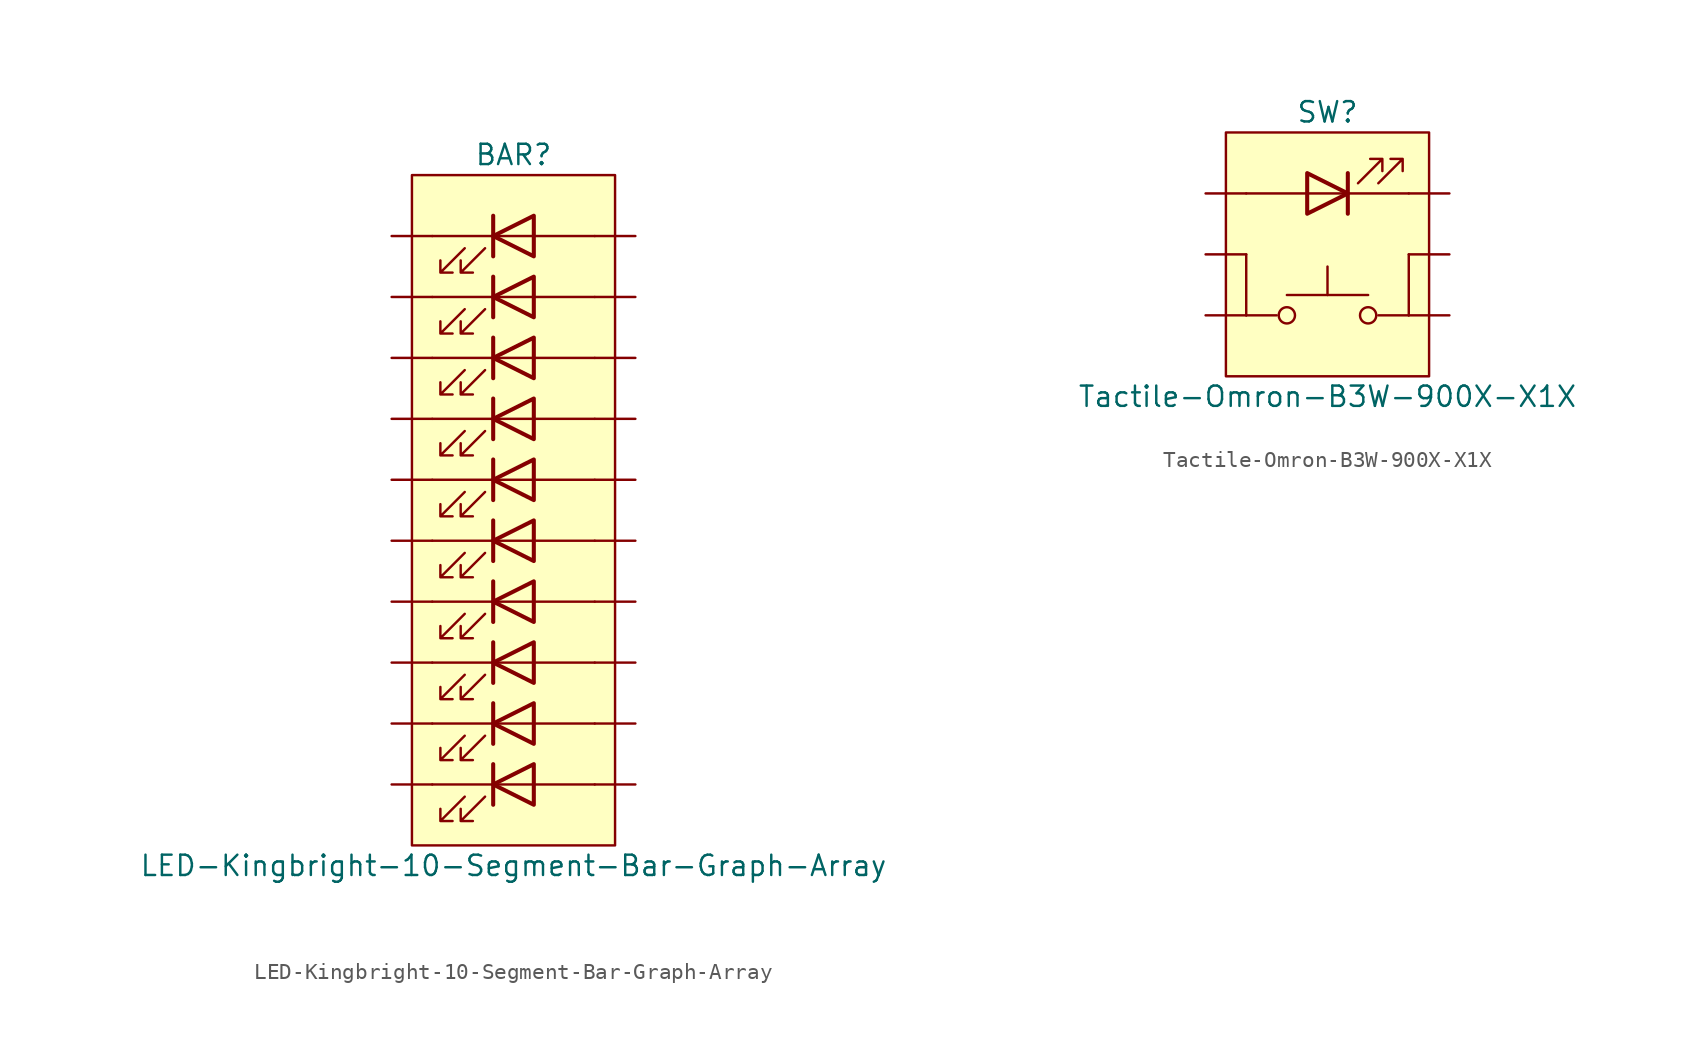
<source format=kicad_sym>
(kicad_symbol_lib
  (version 20220914)
  (generator kicad_symbol_editor)
  (symbol "LED-Kingbright-10-Segment-Bar-Graph-Array"
    (pin_numbers hide)
    (pin_names
      (offset 1.016) hide)
    (property "Reference" "BAR"
      (at 0 24.13 0)
      (effects (font (size 1.27 1.27))))
    (property "Value" "LED-Kingbright-10-Segment-Bar-Graph-Array"
      (at 0 -20.32 0)
      (effects (font (size 1.27 1.27))))
    (symbol "LED-Kingbright-10-Segment-Bar-Graph-Array_0_1"
      (polyline (pts (xy -5.08 -15.24) (xy 5.08 -15.24)) (stroke (width 0) (type default)) (fill (type none)))
      (polyline (pts (xy -5.08 -11.43) (xy 5.08 -11.43)) (stroke (width 0) (type default)) (fill (type none)))
      (polyline (pts (xy -5.08 -7.62) (xy 5.08 -7.62)) (stroke (width 0) (type default)) (fill (type none)))
      (polyline (pts (xy -5.08 -3.81) (xy 5.08 -3.81)) (stroke (width 0) (type default)) (fill (type none)))
      (polyline (pts (xy -5.08 0) (xy 5.08 0)) (stroke (width 0) (type default)) (fill (type none)))
      (polyline (pts (xy -5.08 3.81) (xy 5.08 3.81)) (stroke (width 0) (type default)) (fill (type none)))
      (polyline (pts (xy -5.08 7.62) (xy 5.08 7.62)) (stroke (width 0) (type default)) (fill (type none)))
      (polyline (pts (xy -5.08 11.43) (xy 5.08 11.43)) (stroke (width 0) (type default)) (fill (type none)))
      (polyline (pts (xy -5.08 15.24) (xy 5.08 15.24)) (stroke (width 0) (type default)) (fill (type none)))
      (polyline (pts (xy -5.08 19.05) (xy 5.08 19.05)) (stroke (width 0) (type default)) (fill (type none)))
      (polyline (pts (xy -1.27 -16.51) (xy -1.27 -13.97)) (stroke (width 0.254) (type default)) (fill (type none)))
      (polyline (pts (xy -1.27 -12.7) (xy -1.27 -10.16)) (stroke (width 0.254) (type default)) (fill (type none)))
      (polyline (pts (xy -1.27 -8.89) (xy -1.27 -6.35)) (stroke (width 0.254) (type default)) (fill (type none)))
      (polyline (pts (xy -1.27 -5.08) (xy -1.27 -2.54)) (stroke (width 0.254) (type default)) (fill (type none)))
      (polyline (pts (xy -1.27 -1.27) (xy -1.27 1.27)) (stroke (width 0.254) (type default)) (fill (type none)))
      (polyline (pts (xy -1.27 2.54) (xy -1.27 5.08)) (stroke (width 0.254) (type default)) (fill (type none)))
      (polyline (pts (xy -1.27 6.35) (xy -1.27 8.89)) (stroke (width 0.254) (type default)) (fill (type none)))
      (polyline (pts (xy -1.27 10.16) (xy -1.27 12.7)) (stroke (width 0.254) (type default)) (fill (type none)))
      (polyline (pts (xy -1.27 13.97) (xy -1.27 16.51)) (stroke (width 0.254) (type default)) (fill (type none)))
      (polyline (pts (xy -1.27 17.78) (xy -1.27 20.32)) (stroke (width 0.254) (type default)) (fill (type none)))
      (polyline (pts (xy 1.27 -16.51) (xy 1.27 -13.97) (xy -1.27 -15.24) (xy 1.27 -16.51)) (stroke (width 0.254) (type default)) (fill (type none)))
      (polyline (pts (xy 1.27 -12.7) (xy 1.27 -10.16) (xy -1.27 -11.43) (xy 1.27 -12.7)) (stroke (width 0.254) (type default)) (fill (type none)))
      (polyline (pts (xy 1.27 -8.89) (xy 1.27 -6.35) (xy -1.27 -7.62) (xy 1.27 -8.89)) (stroke (width 0.254) (type default)) (fill (type none)))
      (polyline (pts (xy 1.27 -5.08) (xy 1.27 -2.54) (xy -1.27 -3.81) (xy 1.27 -5.08)) (stroke (width 0.254) (type default)) (fill (type none)))
      (polyline (pts (xy 1.27 -1.27) (xy 1.27 1.27) (xy -1.27 0) (xy 1.27 -1.27)) (stroke (width 0.254) (type default)) (fill (type none)))
      (polyline (pts (xy 1.27 2.54) (xy 1.27 5.08) (xy -1.27 3.81) (xy 1.27 2.54)) (stroke (width 0.254) (type default)) (fill (type none)))
      (polyline (pts (xy 1.27 6.35) (xy 1.27 8.89) (xy -1.27 7.62) (xy 1.27 6.35)) (stroke (width 0.254) (type default)) (fill (type none)))
      (polyline (pts (xy 1.27 10.16) (xy 1.27 12.7) (xy -1.27 11.43) (xy 1.27 10.16)) (stroke (width 0.254) (type default)) (fill (type none)))
      (polyline (pts (xy 1.27 13.97) (xy 1.27 16.51) (xy -1.27 15.24) (xy 1.27 13.97)) (stroke (width 0.254) (type default)) (fill (type none)))
      (polyline (pts (xy 1.27 17.78) (xy 1.27 20.32) (xy -1.27 19.05) (xy 1.27 17.78)) (stroke (width 0.254) (type default)) (fill (type none)))
      (polyline (pts (xy -3.048 -16.002) (xy -4.572 -17.526) (xy -3.81 -17.526) (xy -4.572 -17.526) (xy -4.572 -16.764)) (stroke (width 0) (type default)) (fill (type none)))
      (polyline (pts (xy -3.048 -12.192) (xy -4.572 -13.716) (xy -3.81 -13.716) (xy -4.572 -13.716) (xy -4.572 -12.954)) (stroke (width 0) (type default)) (fill (type none)))
      (polyline (pts (xy -3.048 -8.382) (xy -4.572 -9.906) (xy -3.81 -9.906) (xy -4.572 -9.906) (xy -4.572 -9.144)) (stroke (width 0) (type default)) (fill (type none)))
      (polyline (pts (xy -3.048 -4.572) (xy -4.572 -6.096) (xy -3.81 -6.096) (xy -4.572 -6.096) (xy -4.572 -5.334)) (stroke (width 0) (type default)) (fill (type none)))
      (polyline (pts (xy -3.048 -0.762) (xy -4.572 -2.286) (xy -3.81 -2.286) (xy -4.572 -2.286) (xy -4.572 -1.524)) (stroke (width 0) (type default)) (fill (type none)))
      (polyline (pts (xy -3.048 3.048) (xy -4.572 1.524) (xy -3.81 1.524) (xy -4.572 1.524) (xy -4.572 2.286)) (stroke (width 0) (type default)) (fill (type none)))
      (polyline (pts (xy -3.048 6.858) (xy -4.572 5.334) (xy -3.81 5.334) (xy -4.572 5.334) (xy -4.572 6.096)) (stroke (width 0) (type default)) (fill (type none)))
      (polyline (pts (xy -3.048 10.668) (xy -4.572 9.144) (xy -3.81 9.144) (xy -4.572 9.144) (xy -4.572 9.906)) (stroke (width 0) (type default)) (fill (type none)))
      (polyline (pts (xy -3.048 14.478) (xy -4.572 12.954) (xy -3.81 12.954) (xy -4.572 12.954) (xy -4.572 13.716)) (stroke (width 0) (type default)) (fill (type none)))
      (polyline (pts (xy -3.048 18.288) (xy -4.572 16.764) (xy -3.81 16.764) (xy -4.572 16.764) (xy -4.572 17.526)) (stroke (width 0) (type default)) (fill (type none)))
      (polyline (pts (xy -1.778 -16.002) (xy -3.302 -17.526) (xy -2.54 -17.526) (xy -3.302 -17.526) (xy -3.302 -16.764)) (stroke (width 0) (type default)) (fill (type none)))
      (polyline (pts (xy -1.778 -12.192) (xy -3.302 -13.716) (xy -2.54 -13.716) (xy -3.302 -13.716) (xy -3.302 -12.954)) (stroke (width 0) (type default)) (fill (type none)))
      (polyline (pts (xy -1.778 -8.382) (xy -3.302 -9.906) (xy -2.54 -9.906) (xy -3.302 -9.906) (xy -3.302 -9.144)) (stroke (width 0) (type default)) (fill (type none)))
      (polyline (pts (xy -1.778 -4.572) (xy -3.302 -6.096) (xy -2.54 -6.096) (xy -3.302 -6.096) (xy -3.302 -5.334)) (stroke (width 0) (type default)) (fill (type none)))
      (polyline (pts (xy -1.778 -0.762) (xy -3.302 -2.286) (xy -2.54 -2.286) (xy -3.302 -2.286) (xy -3.302 -1.524)) (stroke (width 0) (type default)) (fill (type none)))
      (polyline (pts (xy -1.778 3.048) (xy -3.302 1.524) (xy -2.54 1.524) (xy -3.302 1.524) (xy -3.302 2.286)) (stroke (width 0) (type default)) (fill (type none)))
      (polyline (pts (xy -1.778 6.858) (xy -3.302 5.334) (xy -2.54 5.334) (xy -3.302 5.334) (xy -3.302 6.096)) (stroke (width 0) (type default)) (fill (type none)))
      (polyline (pts (xy -1.778 10.668) (xy -3.302 9.144) (xy -2.54 9.144) (xy -3.302 9.144) (xy -3.302 9.906)) (stroke (width 0) (type default)) (fill (type none)))
      (polyline (pts (xy -1.778 14.478) (xy -3.302 12.954) (xy -2.54 12.954) (xy -3.302 12.954) (xy -3.302 13.716)) (stroke (width 0) (type default)) (fill (type none)))
      (polyline (pts (xy -1.778 18.288) (xy -3.302 16.764) (xy -2.54 16.764) (xy -3.302 16.764) (xy -3.302 17.526)) (stroke (width 0) (type default)) (fill (type none))))
    (symbol "LED-Kingbright-10-Segment-Bar-Graph-Array_1_1"
      (rectangle (start -6.35 22.86) (end 6.35 -19.05) (stroke (width 0) (type default)) (fill (type background)))
      (pin passive line (at 7.62 -15.24 180) (length 2.54) (name "A1" (effects (font (size 1.27 1.27)))) (number "1" (effects (font (size 1.27 1.27)))))
      (pin passive line (at 7.62 19.05 180) (length 2.54) (name "A10" (effects (font (size 1.27 1.27)))) (number "10" (effects (font (size 1.27 1.27)))))
      (pin passive line (at -7.62 19.05 0) (length 2.54) (name "K11" (effects (font (size 1.27 1.27)))) (number "11" (effects (font (size 1.27 1.27)))))
      (pin passive line (at -7.62 15.24 0) (length 2.54) (name "K12" (effects (font (size 1.27 1.27)))) (number "12" (effects (font (size 1.27 1.27)))))
      (pin passive line (at -7.62 11.43 0) (length 2.54) (name "K13" (effects (font (size 1.27 1.27)))) (number "13" (effects (font (size 1.27 1.27)))))
      (pin passive line (at -7.62 7.62 0) (length 2.54) (name "K14" (effects (font (size 1.27 1.27)))) (number "14" (effects (font (size 1.27 1.27)))))
      (pin passive line (at -7.62 3.81 0) (length 2.54) (name "K15" (effects (font (size 1.27 1.27)))) (number "15" (effects (font (size 1.27 1.27)))))
      (pin passive line (at -7.62 0 0) (length 2.54) (name "K16" (effects (font (size 1.27 1.27)))) (number "16" (effects (font (size 1.27 1.27)))))
      (pin passive line (at -7.62 -3.81 0) (length 2.54) (name "K17" (effects (font (size 1.27 1.27)))) (number "17" (effects (font (size 1.27 1.27)))))
      (pin passive line (at -7.62 -7.62 0) (length 2.54) (name "K18" (effects (font (size 1.27 1.27)))) (number "18" (effects (font (size 1.27 1.27)))))
      (pin passive line (at -7.62 -11.43 0) (length 2.54) (name "K19" (effects (font (size 1.27 1.27)))) (number "19" (effects (font (size 1.27 1.27)))))
      (pin passive line (at 7.62 -11.43 180) (length 2.54) (name "A2" (effects (font (size 1.27 1.27)))) (number "2" (effects (font (size 1.27 1.27)))))
      (pin passive line (at -7.62 -15.24 0) (length 2.54) (name "K20" (effects (font (size 1.27 1.27)))) (number "20" (effects (font (size 1.27 1.27)))))
      (pin passive line (at 7.62 -7.62 180) (length 2.54) (name "A3" (effects (font (size 1.27 1.27)))) (number "3" (effects (font (size 1.27 1.27)))))
      (pin passive line (at 7.62 -3.81 180) (length 2.54) (name "A4" (effects (font (size 1.27 1.27)))) (number "4" (effects (font (size 1.27 1.27)))))
      (pin passive line (at 7.62 0 180) (length 2.54) (name "A5" (effects (font (size 1.27 1.27)))) (number "5" (effects (font (size 1.27 1.27)))))
      (pin passive line (at 7.62 3.81 180) (length 2.54) (name "A6" (effects (font (size 1.27 1.27)))) (number "6" (effects (font (size 1.27 1.27)))))
      (pin passive line (at 7.62 7.62 180) (length 2.54) (name "A7" (effects (font (size 1.27 1.27)))) (number "7" (effects (font (size 1.27 1.27)))))
      (pin passive line (at 7.62 11.43 180) (length 2.54) (name "A8" (effects (font (size 1.27 1.27)))) (number "8" (effects (font (size 1.27 1.27)))))
      (pin passive line (at 7.62 15.24 180) (length 2.54) (name "A9" (effects (font (size 1.27 1.27)))) (number "9" (effects (font (size 1.27 1.27)))))))
  (symbol "Tactile-Omron-B3W-900X-X1X"
    (pin_numbers hide)
    (pin_names
      (offset 1.016) hide)
    (property "Reference" "SW"
      (at 0 8.89 0)
      (effects (font (size 1.27 1.27))))
    (property "Value" "Tactile-Omron-B3W-900X-X1X"
      (at 0 -8.89 0)
      (effects (font (size 1.27 1.27))))
    (symbol "Tactile-Omron-B3W-900X-X1X_0_1"
      (circle (center -2.54 -3.81) (radius 0.508) (stroke (width 0) (type default)) (fill (type none)))
      (polyline (pts (xy -5.08 -3.81) (xy -3.175 -3.81)) (stroke (width 0) (type default)) (fill (type none)))
      (polyline (pts (xy -5.08 0) (xy -5.08 -3.81)) (stroke (width 0) (type default)) (fill (type none)))
      (polyline (pts (xy -5.08 3.81) (xy 5.08 3.81)) (stroke (width 0) (type default)) (fill (type none)))
      (polyline (pts (xy 0 -2.54) (xy 0 -0.762)) (stroke (width 0) (type default)) (fill (type none)))
      (polyline (pts (xy 1.27 2.54) (xy 1.27 5.08)) (stroke (width 0.254) (type default)) (fill (type none)))
      (polyline (pts (xy 2.54 -2.54) (xy -2.54 -2.54)) (stroke (width 0) (type default)) (fill (type none)))
      (polyline (pts (xy 5.08 -3.81) (xy 3.175 -3.81)) (stroke (width 0) (type default)) (fill (type none)))
      (polyline (pts (xy 5.08 0) (xy 5.08 -3.81)) (stroke (width 0) (type default)) (fill (type none)))
      (polyline (pts (xy -1.27 5.08) (xy -1.27 2.54) (xy 1.27 3.81) (xy -1.27 5.08)) (stroke (width 0.254) (type default)) (fill (type none)))
      (polyline (pts (xy 1.905 4.445) (xy 3.429 5.969) (xy 2.667 5.969) (xy 3.429 5.969) (xy 3.429 5.207)) (stroke (width 0) (type default)) (fill (type none)))
      (polyline (pts (xy 3.175 4.445) (xy 4.699 5.969) (xy 3.937 5.969) (xy 4.699 5.969) (xy 4.699 5.207)) (stroke (width 0) (type default)) (fill (type none)))
      (circle (center 2.54 -3.81) (radius 0.508) (stroke (width 0) (type default)) (fill (type none))))
    (symbol "Tactile-Omron-B3W-900X-X1X_1_1"
      (rectangle (start -6.35 7.62) (end 6.35 -7.62) (stroke (width 0) (type default)) (fill (type background)))
      (pin passive line (at 7.62 0 180) (length 2.54) (name "1" (effects (font (size 1.27 1.27)))) (number "1" (effects (font (size 1.27 1.27)))))
      (pin passive line (at 7.62 -3.81 180) (length 2.54) (name "2" (effects (font (size 1.27 1.27)))) (number "2" (effects (font (size 1.27 1.27)))))
      (pin passive line (at -7.62 0 0) (length 2.54) (name "3" (effects (font (size 1.27 1.27)))) (number "3" (effects (font (size 1.27 1.27)))))
      (pin passive line (at -7.62 -3.81 0) (length 2.54) (name "4" (effects (font (size 1.27 1.27)))) (number "4" (effects (font (size 1.27 1.27)))))
      (pin passive line (at 7.62 3.81 180) (length 2.54) (name "K" (effects (font (size 1.27 1.27)))) (number "5" (effects (font (size 1.27 1.27)))))
      (pin passive line (at -7.62 3.81 0) (length 2.54) (name "A" (effects (font (size 1.27 1.27)))) (number "6" (effects (font (size 1.27 1.27))))))))
</source>
